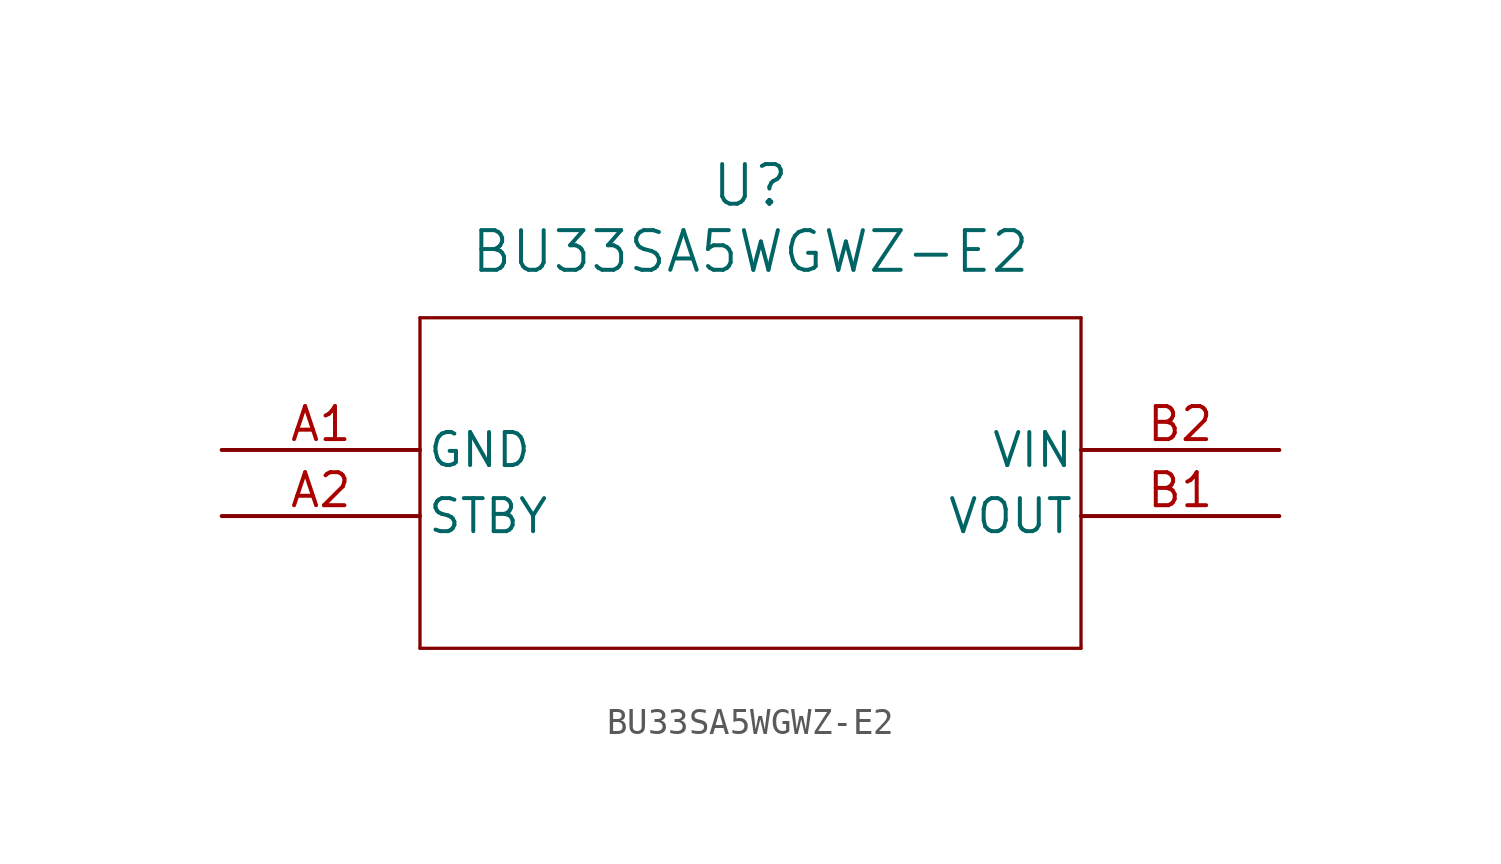
<source format=kicad_sym>
(kicad_symbol_lib
  (version 20211014)
  (generator kicad_symbol_editor)
  (symbol "BU33SA5WGWZ-E2"
    (pin_names
      (offset 0.254))
    (property "Reference" "U"
      (at 20.32 10.16 0)
      (effects (font (size 1.524 1.524))))
    (property "Value" "BU33SA5WGWZ-E2"
      (at 20.32 7.62 0)
      (effects (font (size 1.524 1.524))))
    (polyline
      (pts (xy 7.62 5.08) (xy 7.62 -7.62))
      (stroke (width 0.127) (type default) (color 0 0 0 0))
      (fill (type none)))
    (polyline
      (pts (xy 7.62 -7.62) (xy 33.02 -7.62))
      (stroke (width 0.127) (type default) (color 0 0 0 0))
      (fill (type none)))
    (polyline
      (pts (xy 33.02 -7.62) (xy 33.02 5.08))
      (stroke (width 0.127) (type default) (color 0 0 0 0))
      (fill (type none)))
    (polyline
      (pts (xy 33.02 5.08) (xy 7.62 5.08))
      (stroke (width 0.127) (type default) (color 0 0 0 0))
      (fill (type none)))
    (pin power_out line
      (at 0 0 0)
      (length 7.62)
      (name "GND" (effects (font (size 1.27 1.27))))
      (number "A1" (effects (font (size 1.27 1.27)))))
    (pin output line
      (at 0 -2.54 0)
      (length 7.62)
      (name "STBY" (effects (font (size 1.27 1.27))))
      (number "A2" (effects (font (size 1.27 1.27)))))
    (pin output line
      (at 40.64 -2.54 180)
      (length 7.62)
      (name "VOUT" (effects (font (size 1.27 1.27))))
      (number "B1" (effects (font (size 1.27 1.27)))))
    (pin input line
      (at 40.64 0 180)
      (length 7.62)
      (name "VIN" (effects (font (size 1.27 1.27))))
      (number "B2" (effects (font (size 1.27 1.27)))))))
</source>
